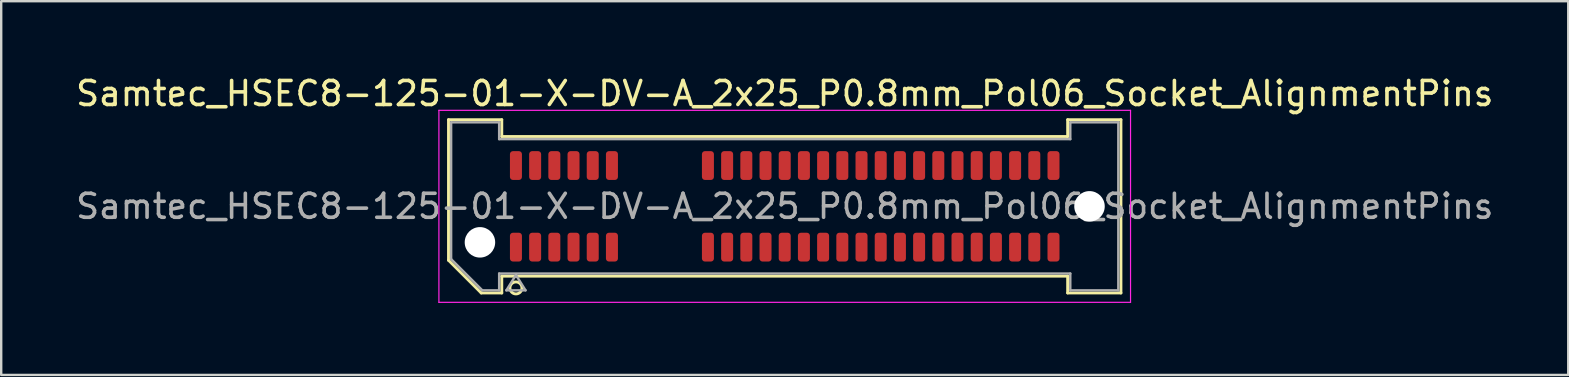
<source format=kicad_pcb>
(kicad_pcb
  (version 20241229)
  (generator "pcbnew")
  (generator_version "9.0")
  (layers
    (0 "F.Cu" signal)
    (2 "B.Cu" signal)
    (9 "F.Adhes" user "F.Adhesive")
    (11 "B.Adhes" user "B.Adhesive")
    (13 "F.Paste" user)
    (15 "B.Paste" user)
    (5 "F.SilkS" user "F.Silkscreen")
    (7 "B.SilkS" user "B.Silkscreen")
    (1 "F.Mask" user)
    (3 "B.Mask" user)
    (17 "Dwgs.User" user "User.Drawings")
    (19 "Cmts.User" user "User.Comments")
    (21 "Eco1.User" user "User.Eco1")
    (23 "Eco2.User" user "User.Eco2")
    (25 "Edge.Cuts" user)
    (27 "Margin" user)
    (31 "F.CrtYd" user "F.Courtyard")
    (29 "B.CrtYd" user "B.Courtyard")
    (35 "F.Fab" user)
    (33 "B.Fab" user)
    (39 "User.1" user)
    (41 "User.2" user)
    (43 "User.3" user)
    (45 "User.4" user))
  (footprint "Samtec_HSEC8-125-01-X-DV-A_2x25_P0.8mm_Pol06_Socket_AlignmentPins"
    (layer "F.Cu")
    (at 29.649 5.548)
    (property "Reference" "Samtec_HSEC8-125-01-X-DV-A_2x25_P0.8mm_Pol06_Socket_AlignmentPins" (at 0 -4.7 0) (layer "F.SilkS") (effects (font (size 1 1) (thickness 0.15))))
    (attr smd)
    (fp_line (start -14.01 -3.61) (end -11.79 -3.61) (stroke (width 0.12) (type solid)) (layer "F.SilkS"))
    (fp_line (start -14.01 2.246) (end -14.01 -3.61) (stroke (width 0.12) (type solid)) (layer "F.SilkS"))
    (fp_line (start -12.646 3.61) (end -14.01 2.246) (stroke (width 0.12) (type solid)) (layer "F.SilkS"))
    (fp_line (start -11.79 -3.61) (end -11.79 -2.91) (stroke (width 0.12) (type solid)) (layer "F.SilkS"))
    (fp_line (start -11.79 -2.91) (end 11.79 -2.91) (stroke (width 0.12) (type solid)) (layer "F.SilkS"))
    (fp_line (start -11.79 2.91) (end -11.79 3.61) (stroke (width 0.12) (type solid)) (layer "F.SilkS"))
    (fp_line (start -11.79 3.61) (end -12.646 3.61) (stroke (width 0.12) (type solid)) (layer "F.SilkS"))
    (fp_line (start 11.79 -3.61) (end 14.01 -3.61) (stroke (width 0.12) (type solid)) (layer "F.SilkS"))
    (fp_line (start 11.79 -2.91) (end 11.79 -3.61) (stroke (width 0.12) (type solid)) (layer "F.SilkS"))
    (fp_line (start 11.79 2.91) (end -11.79 2.91) (stroke (width 0.12) (type solid)) (layer "F.SilkS"))
    (fp_line (start 11.79 3.61) (end 11.79 2.91) (stroke (width 0.12) (type solid)) (layer "F.SilkS"))
    (fp_line (start 14.01 -3.61) (end 14.01 3.61) (stroke (width 0.12) (type solid)) (layer "F.SilkS"))
    (fp_line (start 14.01 3.61) (end 11.79 3.61) (stroke (width 0.12) (type solid)) (layer "F.SilkS"))
    (fp_arc (start -10.95 3.4) (mid -11.45 3.4) (end -10.95 3.4) (stroke (width 0.12) (type solid)) (layer "F.SilkS"))
    (fp_line (start -14.41 -4) (end -14.41 4) (stroke (width 0.05) (type solid)) (layer "F.CrtYd"))
    (fp_line (start -14.41 4) (end 14.41 4) (stroke (width 0.05) (type solid)) (layer "F.CrtYd"))
    (fp_line (start 14.41 -4) (end -14.41 -4) (stroke (width 0.05) (type solid)) (layer "F.CrtYd"))
    (fp_line (start 14.41 4) (end 14.41 -4) (stroke (width 0.05) (type solid)) (layer "F.CrtYd"))
    (fp_line (start -13.9 -3.5) (end -11.9 -3.5) (stroke (width 0.1) (type solid)) (layer "F.Fab"))
    (fp_line (start -13.9 2.2) (end -13.9 -3.5) (stroke (width 0.1) (type solid)) (layer "F.Fab"))
    (fp_line (start -12.6 3.5) (end -13.9 2.2) (stroke (width 0.1) (type solid)) (layer "F.Fab"))
    (fp_line (start -11.9 -3.5) (end -11.9 -2.8) (stroke (width 0.1) (type solid)) (layer "F.Fab"))
    (fp_line (start -11.9 -2.8) (end 11.9 -2.8) (stroke (width 0.1) (type solid)) (layer "F.Fab"))
    (fp_line (start -11.9 2.8) (end -11.9 3.5) (stroke (width 0.1) (type solid)) (layer "F.Fab"))
    (fp_line (start -11.9 3.5) (end -12.6 3.5) (stroke (width 0.1) (type solid)) (layer "F.Fab"))
    (fp_line (start -11.6 3.5) (end -11.2 2.86) (stroke (width 0.1) (type solid)) (layer "F.Fab"))
    (fp_line (start -11.2 2.86) (end -10.8 3.5) (stroke (width 0.1) (type solid)) (layer "F.Fab"))
    (fp_line (start -10.8 3.5) (end -11.6 3.5) (stroke (width 0.1) (type solid)) (layer "F.Fab"))
    (fp_line (start 11.9 -3.5) (end 13.9 -3.5) (stroke (width 0.1) (type solid)) (layer "F.Fab"))
    (fp_line (start 11.9 -2.8) (end 11.9 -3.5) (stroke (width 0.1) (type solid)) (layer "F.Fab"))
    (fp_line (start 11.9 2.8) (end -11.9 2.8) (stroke (width 0.1) (type solid)) (layer "F.Fab"))
    (fp_line (start 11.9 3.5) (end 11.9 2.8) (stroke (width 0.1) (type solid)) (layer "F.Fab"))
    (fp_line (start 13.9 -3.5) (end 13.9 3.5) (stroke (width 0.1) (type solid)) (layer "F.Fab"))
    (fp_line (start 13.9 3.5) (end 11.9 3.5) (stroke (width 0.1) (type solid)) (layer "F.Fab"))
    (fp_text user "${REFERENCE}" (at 0 0 0) (layer "F.Fab") (effects (font (size 1 1) (thickness 0.15))))
    (pad "" np_thru_hole circle (at -12.7 1.5) (size 1.27 1.27) (drill 1.27) (layers "*.Cu" "*.Mask"))
    (pad "" np_thru_hole circle (at 12.7 0) (size 1.27 1.27) (drill 1.27) (layers "*.Cu" "*.Mask"))
    (pad "1" smd roundrect (at -11.2 1.7) (size 0.5 1.2) (layers "F.Cu" "F.Mask" "F.Paste") (roundrect_rratio 0.25))
    (pad "2" smd roundrect (at -11.2 -1.7) (size 0.5 1.2) (layers "F.Cu" "F.Mask" "F.Paste") (roundrect_rratio 0.25))
    (pad "3" smd roundrect (at -10.4 1.7) (size 0.5 1.2) (layers "F.Cu" "F.Mask" "F.Paste") (roundrect_rratio 0.25))
    (pad "4" smd roundrect (at -10.4 -1.7) (size 0.5 1.2) (layers "F.Cu" "F.Mask" "F.Paste") (roundrect_rratio 0.25))
    (pad "5" smd roundrect (at -9.6 1.7) (size 0.5 1.2) (layers "F.Cu" "F.Mask" "F.Paste") (roundrect_rratio 0.25))
    (pad "6" smd roundrect (at -9.6 -1.7) (size 0.5 1.2) (layers "F.Cu" "F.Mask" "F.Paste") (roundrect_rratio 0.25))
    (pad "7" smd roundrect (at -8.8 1.7) (size 0.5 1.2) (layers "F.Cu" "F.Mask" "F.Paste") (roundrect_rratio 0.25))
    (pad "8" smd roundrect (at -8.8 -1.7) (size 0.5 1.2) (layers "F.Cu" "F.Mask" "F.Paste") (roundrect_rratio 0.25))
    (pad "9" smd roundrect (at -8 1.7) (size 0.5 1.2) (layers "F.Cu" "F.Mask" "F.Paste") (roundrect_rratio 0.25))
    (pad "10" smd roundrect (at -8 -1.7) (size 0.5 1.2) (layers "F.Cu" "F.Mask" "F.Paste") (roundrect_rratio 0.25))
    (pad "11" smd roundrect (at -7.2 1.7) (size 0.5 1.2) (layers "F.Cu" "F.Mask" "F.Paste") (roundrect_rratio 0.25))
    (pad "12" smd roundrect (at -7.2 -1.7) (size 0.5 1.2) (layers "F.Cu" "F.Mask" "F.Paste") (roundrect_rratio 0.25))
    (pad "13" smd roundrect (at -3.2 1.7) (size 0.5 1.2) (layers "F.Cu" "F.Mask" "F.Paste") (roundrect_rratio 0.25))
    (pad "14" smd roundrect (at -3.2 -1.7) (size 0.5 1.2) (layers "F.Cu" "F.Mask" "F.Paste") (roundrect_rratio 0.25))
    (pad "15" smd roundrect (at -2.4 1.7) (size 0.5 1.2) (layers "F.Cu" "F.Mask" "F.Paste") (roundrect_rratio 0.25))
    (pad "16" smd roundrect (at -2.4 -1.7) (size 0.5 1.2) (layers "F.Cu" "F.Mask" "F.Paste") (roundrect_rratio 0.25))
    (pad "17" smd roundrect (at -1.6 1.7) (size 0.5 1.2) (layers "F.Cu" "F.Mask" "F.Paste") (roundrect_rratio 0.25))
    (pad "18" smd roundrect (at -1.6 -1.7) (size 0.5 1.2) (layers "F.Cu" "F.Mask" "F.Paste") (roundrect_rratio 0.25))
    (pad "19" smd roundrect (at -0.8 1.7) (size 0.5 1.2) (layers "F.Cu" "F.Mask" "F.Paste") (roundrect_rratio 0.25))
    (pad "20" smd roundrect (at -0.8 -1.7) (size 0.5 1.2) (layers "F.Cu" "F.Mask" "F.Paste") (roundrect_rratio 0.25))
    (pad "21" smd roundrect (at 0 1.7) (size 0.5 1.2) (layers "F.Cu" "F.Mask" "F.Paste") (roundrect_rratio 0.25))
    (pad "22" smd roundrect (at 0 -1.7) (size 0.5 1.2) (layers "F.Cu" "F.Mask" "F.Paste") (roundrect_rratio 0.25))
    (pad "23" smd roundrect (at 0.8 1.7) (size 0.5 1.2) (layers "F.Cu" "F.Mask" "F.Paste") (roundrect_rratio 0.25))
    (pad "24" smd roundrect (at 0.8 -1.7) (size 0.5 1.2) (layers "F.Cu" "F.Mask" "F.Paste") (roundrect_rratio 0.25))
    (pad "25" smd roundrect (at 1.6 1.7) (size 0.5 1.2) (layers "F.Cu" "F.Mask" "F.Paste") (roundrect_rratio 0.25))
    (pad "26" smd roundrect (at 1.6 -1.7) (size 0.5 1.2) (layers "F.Cu" "F.Mask" "F.Paste") (roundrect_rratio 0.25))
    (pad "27" smd roundrect (at 2.4 1.7) (size 0.5 1.2) (layers "F.Cu" "F.Mask" "F.Paste") (roundrect_rratio 0.25))
    (pad "28" smd roundrect (at 2.4 -1.7) (size 0.5 1.2) (layers "F.Cu" "F.Mask" "F.Paste") (roundrect_rratio 0.25))
    (pad "29" smd roundrect (at 3.2 1.7) (size 0.5 1.2) (layers "F.Cu" "F.Mask" "F.Paste") (roundrect_rratio 0.25))
    (pad "30" smd roundrect (at 3.2 -1.7) (size 0.5 1.2) (layers "F.Cu" "F.Mask" "F.Paste") (roundrect_rratio 0.25))
    (pad "31" smd roundrect (at 4 1.7) (size 0.5 1.2) (layers "F.Cu" "F.Mask" "F.Paste") (roundrect_rratio 0.25))
    (pad "32" smd roundrect (at 4 -1.7) (size 0.5 1.2) (layers "F.Cu" "F.Mask" "F.Paste") (roundrect_rratio 0.25))
    (pad "33" smd roundrect (at 4.8 1.7) (size 0.5 1.2) (layers "F.Cu" "F.Mask" "F.Paste") (roundrect_rratio 0.25))
    (pad "34" smd roundrect (at 4.8 -1.7) (size 0.5 1.2) (layers "F.Cu" "F.Mask" "F.Paste") (roundrect_rratio 0.25))
    (pad "35" smd roundrect (at 5.6 1.7) (size 0.5 1.2) (layers "F.Cu" "F.Mask" "F.Paste") (roundrect_rratio 0.25))
    (pad "36" smd roundrect (at 5.6 -1.7) (size 0.5 1.2) (layers "F.Cu" "F.Mask" "F.Paste") (roundrect_rratio 0.25))
    (pad "37" smd roundrect (at 6.4 1.7) (size 0.5 1.2) (layers "F.Cu" "F.Mask" "F.Paste") (roundrect_rratio 0.25))
    (pad "38" smd roundrect (at 6.4 -1.7) (size 0.5 1.2) (layers "F.Cu" "F.Mask" "F.Paste") (roundrect_rratio 0.25))
    (pad "39" smd roundrect (at 7.2 1.7) (size 0.5 1.2) (layers "F.Cu" "F.Mask" "F.Paste") (roundrect_rratio 0.25))
    (pad "40" smd roundrect (at 7.2 -1.7) (size 0.5 1.2) (layers "F.Cu" "F.Mask" "F.Paste") (roundrect_rratio 0.25))
    (pad "41" smd roundrect (at 8 1.7) (size 0.5 1.2) (layers "F.Cu" "F.Mask" "F.Paste") (roundrect_rratio 0.25))
    (pad "42" smd roundrect (at 8 -1.7) (size 0.5 1.2) (layers "F.Cu" "F.Mask" "F.Paste") (roundrect_rratio 0.25))
    (pad "43" smd roundrect (at 8.8 1.7) (size 0.5 1.2) (layers "F.Cu" "F.Mask" "F.Paste") (roundrect_rratio 0.25))
    (pad "44" smd roundrect (at 8.8 -1.7) (size 0.5 1.2) (layers "F.Cu" "F.Mask" "F.Paste") (roundrect_rratio 0.25))
    (pad "45" smd roundrect (at 9.6 1.7) (size 0.5 1.2) (layers "F.Cu" "F.Mask" "F.Paste") (roundrect_rratio 0.25))
    (pad "46" smd roundrect (at 9.6 -1.7) (size 0.5 1.2) (layers "F.Cu" "F.Mask" "F.Paste") (roundrect_rratio 0.25))
    (pad "47" smd roundrect (at 10.4 1.7) (size 0.5 1.2) (layers "F.Cu" "F.Mask" "F.Paste") (roundrect_rratio 0.25))
    (pad "48" smd roundrect (at 10.4 -1.7) (size 0.5 1.2) (layers "F.Cu" "F.Mask" "F.Paste") (roundrect_rratio 0.25))
    (pad "49" smd roundrect (at 11.2 1.7) (size 0.5 1.2) (layers "F.Cu" "F.Mask" "F.Paste") (roundrect_rratio 0.25))
    (pad "50" smd roundrect (at 11.2 -1.7) (size 0.5 1.2) (layers "F.Cu" "F.Mask" "F.Paste") (roundrect_rratio 0.25)))
  (gr_rect
    (start -3 -3)
    (end 62.298 12.573)
    (stroke (width 0.1) (type default))
    (fill no)
    (layer "Edge.Cuts")))
</source>
